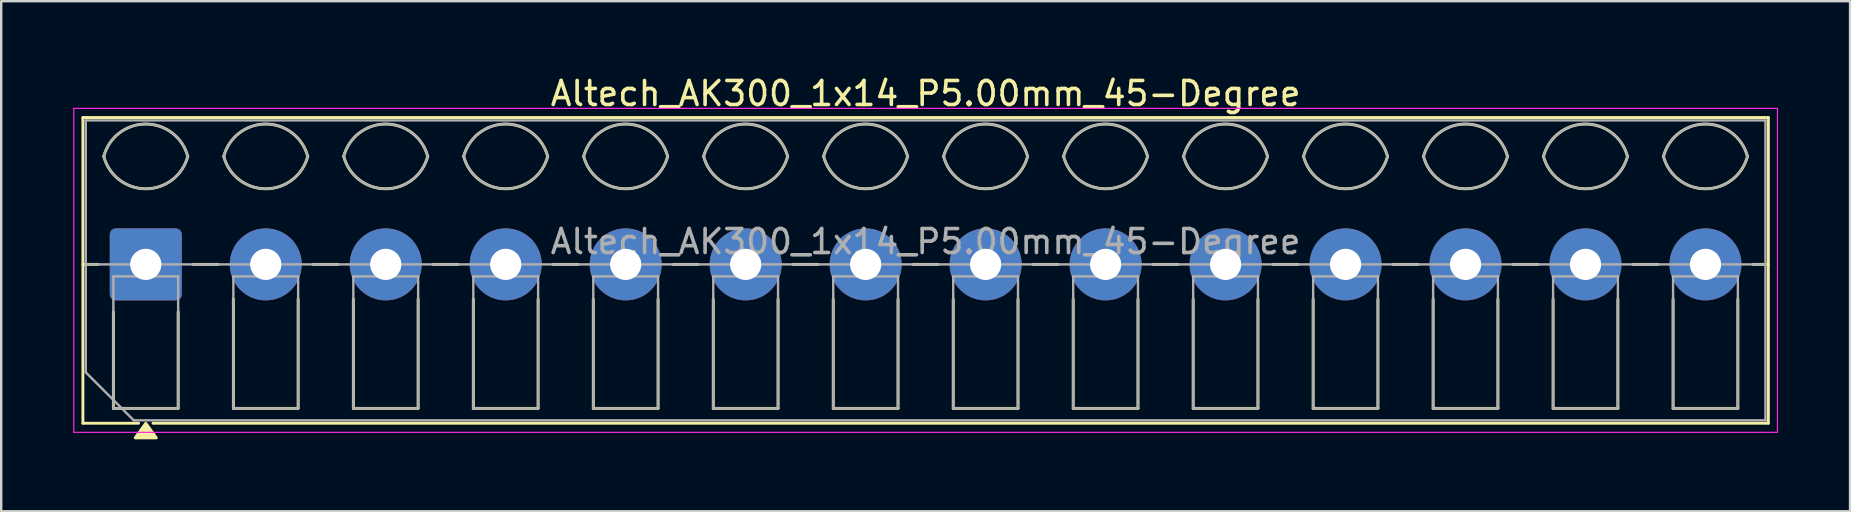
<source format=kicad_pcb>
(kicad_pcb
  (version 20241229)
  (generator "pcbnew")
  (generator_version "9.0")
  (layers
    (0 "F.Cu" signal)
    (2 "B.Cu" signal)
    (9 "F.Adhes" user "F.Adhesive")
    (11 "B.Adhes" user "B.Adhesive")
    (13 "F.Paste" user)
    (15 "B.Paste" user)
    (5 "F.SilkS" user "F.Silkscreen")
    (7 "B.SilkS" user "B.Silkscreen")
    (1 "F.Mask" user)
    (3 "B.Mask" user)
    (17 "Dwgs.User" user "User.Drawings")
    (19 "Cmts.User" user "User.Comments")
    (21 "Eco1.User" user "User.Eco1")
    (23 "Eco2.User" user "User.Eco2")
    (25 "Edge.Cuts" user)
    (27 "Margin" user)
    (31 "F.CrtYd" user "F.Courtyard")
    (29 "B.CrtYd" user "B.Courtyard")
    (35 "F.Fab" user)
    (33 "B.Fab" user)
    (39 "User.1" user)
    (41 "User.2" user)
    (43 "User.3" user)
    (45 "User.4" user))
  (footprint "Altech_AK300_1x14_P5.00mm_45-Degree"
    (layer "F.Cu")
    (at 3.025 7.968)
    (property "Reference" "Altech_AK300_1x14_P5.00mm_45-Degree" (at 32.5 -7.12 0) (layer "F.SilkS") (effects (font (size 1 1) (thickness 0.15))))
    (attr through_hole)
    (fp_line (start -2.62 -6.12) (end 67.62 -6.12) (stroke (width 0.12) (type solid)) (layer "F.SilkS"))
    (fp_line (start -2.62 0) (end -1.98 0) (stroke (width 0.12) (type solid)) (layer "F.SilkS"))
    (fp_line (start -2.62 6.62) (end -2.62 -6.12) (stroke (width 0.12) (type solid)) (layer "F.SilkS"))
    (fp_line (start -1.35 6) (end -1.35 1.98) (stroke (width 0.12) (type solid)) (layer "F.SilkS"))
    (fp_line (start -0.3 6.62) (end -2.62 6.62) (stroke (width 0.12) (type solid)) (layer "F.SilkS"))
    (fp_line (start 1.35 1.98) (end 1.35 6) (stroke (width 0.12) (type solid)) (layer "F.SilkS"))
    (fp_line (start 1.35 6) (end -1.35 6) (stroke (width 0.12) (type solid)) (layer "F.SilkS"))
    (fp_line (start 1.98 0) (end 3.02 0) (stroke (width 0.12) (type solid)) (layer "F.SilkS"))
    (fp_line (start 3.65 6) (end 3.65 1.448) (stroke (width 0.12) (type solid)) (layer "F.SilkS"))
    (fp_line (start 6.35 1.448) (end 6.35 6) (stroke (width 0.12) (type solid)) (layer "F.SilkS"))
    (fp_line (start 6.35 6) (end 3.65 6) (stroke (width 0.12) (type solid)) (layer "F.SilkS"))
    (fp_line (start 6.98 0) (end 8.02 0) (stroke (width 0.12) (type solid)) (layer "F.SilkS"))
    (fp_line (start 8.65 6) (end 8.65 1.448) (stroke (width 0.12) (type solid)) (layer "F.SilkS"))
    (fp_line (start 11.35 1.448) (end 11.35 6) (stroke (width 0.12) (type solid)) (layer "F.SilkS"))
    (fp_line (start 11.35 6) (end 8.65 6) (stroke (width 0.12) (type solid)) (layer "F.SilkS"))
    (fp_line (start 11.98 0) (end 13.02 0) (stroke (width 0.12) (type solid)) (layer "F.SilkS"))
    (fp_line (start 13.65 6) (end 13.65 1.448) (stroke (width 0.12) (type solid)) (layer "F.SilkS"))
    (fp_line (start 16.35 1.448) (end 16.35 6) (stroke (width 0.12) (type solid)) (layer "F.SilkS"))
    (fp_line (start 16.35 6) (end 13.65 6) (stroke (width 0.12) (type solid)) (layer "F.SilkS"))
    (fp_line (start 16.98 0) (end 18.02 0) (stroke (width 0.12) (type solid)) (layer "F.SilkS"))
    (fp_line (start 18.65 6) (end 18.65 1.448) (stroke (width 0.12) (type solid)) (layer "F.SilkS"))
    (fp_line (start 21.35 1.448) (end 21.35 6) (stroke (width 0.12) (type solid)) (layer "F.SilkS"))
    (fp_line (start 21.35 6) (end 18.65 6) (stroke (width 0.12) (type solid)) (layer "F.SilkS"))
    (fp_line (start 21.98 0) (end 23.02 0) (stroke (width 0.12) (type solid)) (layer "F.SilkS"))
    (fp_line (start 23.65 6) (end 23.65 1.448) (stroke (width 0.12) (type solid)) (layer "F.SilkS"))
    (fp_line (start 26.35 1.448) (end 26.35 6) (stroke (width 0.12) (type solid)) (layer "F.SilkS"))
    (fp_line (start 26.35 6) (end 23.65 6) (stroke (width 0.12) (type solid)) (layer "F.SilkS"))
    (fp_line (start 26.98 0) (end 28.02 0) (stroke (width 0.12) (type solid)) (layer "F.SilkS"))
    (fp_line (start 28.65 6) (end 28.65 1.448) (stroke (width 0.12) (type solid)) (layer "F.SilkS"))
    (fp_line (start 31.35 1.448) (end 31.35 6) (stroke (width 0.12) (type solid)) (layer "F.SilkS"))
    (fp_line (start 31.35 6) (end 28.65 6) (stroke (width 0.12) (type solid)) (layer "F.SilkS"))
    (fp_line (start 31.98 0) (end 33.02 0) (stroke (width 0.12) (type solid)) (layer "F.SilkS"))
    (fp_line (start 33.65 6) (end 33.65 1.448) (stroke (width 0.12) (type solid)) (layer "F.SilkS"))
    (fp_line (start 36.35 1.448) (end 36.35 6) (stroke (width 0.12) (type solid)) (layer "F.SilkS"))
    (fp_line (start 36.35 6) (end 33.65 6) (stroke (width 0.12) (type solid)) (layer "F.SilkS"))
    (fp_line (start 36.98 0) (end 38.02 0) (stroke (width 0.12) (type solid)) (layer "F.SilkS"))
    (fp_line (start 38.65 6) (end 38.65 1.448) (stroke (width 0.12) (type solid)) (layer "F.SilkS"))
    (fp_line (start 41.35 1.448) (end 41.35 6) (stroke (width 0.12) (type solid)) (layer "F.SilkS"))
    (fp_line (start 41.35 6) (end 38.65 6) (stroke (width 0.12) (type solid)) (layer "F.SilkS"))
    (fp_line (start 41.98 0) (end 43.02 0) (stroke (width 0.12) (type solid)) (layer "F.SilkS"))
    (fp_line (start 43.65 6) (end 43.65 1.448) (stroke (width 0.12) (type solid)) (layer "F.SilkS"))
    (fp_line (start 46.35 1.448) (end 46.35 6) (stroke (width 0.12) (type solid)) (layer "F.SilkS"))
    (fp_line (start 46.35 6) (end 43.65 6) (stroke (width 0.12) (type solid)) (layer "F.SilkS"))
    (fp_line (start 46.98 0) (end 48.02 0) (stroke (width 0.12) (type solid)) (layer "F.SilkS"))
    (fp_line (start 48.65 6) (end 48.65 1.448) (stroke (width 0.12) (type solid)) (layer "F.SilkS"))
    (fp_line (start 51.35 1.448) (end 51.35 6) (stroke (width 0.12) (type solid)) (layer "F.SilkS"))
    (fp_line (start 51.35 6) (end 48.65 6) (stroke (width 0.12) (type solid)) (layer "F.SilkS"))
    (fp_line (start 51.98 0) (end 53.02 0) (stroke (width 0.12) (type solid)) (layer "F.SilkS"))
    (fp_line (start 53.65 6) (end 53.65 1.448) (stroke (width 0.12) (type solid)) (layer "F.SilkS"))
    (fp_line (start 56.35 1.448) (end 56.35 6) (stroke (width 0.12) (type solid)) (layer "F.SilkS"))
    (fp_line (start 56.35 6) (end 53.65 6) (stroke (width 0.12) (type solid)) (layer "F.SilkS"))
    (fp_line (start 56.98 0) (end 58.02 0) (stroke (width 0.12) (type solid)) (layer "F.SilkS"))
    (fp_line (start 58.65 6) (end 58.65 1.448) (stroke (width 0.12) (type solid)) (layer "F.SilkS"))
    (fp_line (start 61.35 1.448) (end 61.35 6) (stroke (width 0.12) (type solid)) (layer "F.SilkS"))
    (fp_line (start 61.35 6) (end 58.65 6) (stroke (width 0.12) (type solid)) (layer "F.SilkS"))
    (fp_line (start 61.98 0) (end 63.02 0) (stroke (width 0.12) (type solid)) (layer "F.SilkS"))
    (fp_line (start 63.65 6) (end 63.65 1.448) (stroke (width 0.12) (type solid)) (layer "F.SilkS"))
    (fp_line (start 66.35 1.448) (end 66.35 6) (stroke (width 0.12) (type solid)) (layer "F.SilkS"))
    (fp_line (start 66.35 6) (end 63.65 6) (stroke (width 0.12) (type solid)) (layer "F.SilkS"))
    (fp_line (start 66.98 0) (end 67.62 0) (stroke (width 0.12) (type solid)) (layer "F.SilkS"))
    (fp_line (start 67.62 -6.12) (end 67.62 6.62) (stroke (width 0.12) (type solid)) (layer "F.SilkS"))
    (fp_line (start 67.62 6.62) (end 0.3 6.62) (stroke (width 0.12) (type solid)) (layer "F.SilkS"))
    (fp_arc (start -1.75 -4.5) (mid 0 -5.85) (end 1.75 -4.5) (stroke (width 0.12) (type solid)) (layer "F.SilkS"))
    (fp_arc (start 1.75 -4.5) (mid 0 -3.15) (end -1.75 -4.5) (stroke (width 0.12) (type solid)) (layer "F.SilkS"))
    (fp_arc (start 3.25 -4.5) (mid 5 -5.85) (end 6.75 -4.5) (stroke (width 0.12) (type solid)) (layer "F.SilkS"))
    (fp_arc (start 6.75 -4.5) (mid 5 -3.15) (end 3.25 -4.5) (stroke (width 0.12) (type solid)) (layer "F.SilkS"))
    (fp_arc (start 8.25 -4.5) (mid 10 -5.85) (end 11.75 -4.5) (stroke (width 0.12) (type solid)) (layer "F.SilkS"))
    (fp_arc (start 11.75 -4.5) (mid 10 -3.15) (end 8.25 -4.5) (stroke (width 0.12) (type solid)) (layer "F.SilkS"))
    (fp_arc (start 13.25 -4.5) (mid 15 -5.85) (end 16.75 -4.5) (stroke (width 0.12) (type solid)) (layer "F.SilkS"))
    (fp_arc (start 16.75 -4.5) (mid 15 -3.15) (end 13.25 -4.5) (stroke (width 0.12) (type solid)) (layer "F.SilkS"))
    (fp_arc (start 18.25 -4.5) (mid 20 -5.85) (end 21.75 -4.5) (stroke (width 0.12) (type solid)) (layer "F.SilkS"))
    (fp_arc (start 21.75 -4.5) (mid 20 -3.15) (end 18.25 -4.5) (stroke (width 0.12) (type solid)) (layer "F.SilkS"))
    (fp_arc (start 23.25 -4.5) (mid 25 -5.85) (end 26.75 -4.5) (stroke (width 0.12) (type solid)) (layer "F.SilkS"))
    (fp_arc (start 26.75 -4.5) (mid 25 -3.15) (end 23.25 -4.5) (stroke (width 0.12) (type solid)) (layer "F.SilkS"))
    (fp_arc (start 28.25 -4.5) (mid 30 -5.85) (end 31.75 -4.5) (stroke (width 0.12) (type solid)) (layer "F.SilkS"))
    (fp_arc (start 31.75 -4.5) (mid 30 -3.15) (end 28.25 -4.5) (stroke (width 0.12) (type solid)) (layer "F.SilkS"))
    (fp_arc (start 33.25 -4.5) (mid 35 -5.85) (end 36.75 -4.5) (stroke (width 0.12) (type solid)) (layer "F.SilkS"))
    (fp_arc (start 36.75 -4.5) (mid 35 -3.15) (end 33.25 -4.5) (stroke (width 0.12) (type solid)) (layer "F.SilkS"))
    (fp_arc (start 38.25 -4.5) (mid 40 -5.85) (end 41.75 -4.5) (stroke (width 0.12) (type solid)) (layer "F.SilkS"))
    (fp_arc (start 41.75 -4.5) (mid 40 -3.15) (end 38.25 -4.5) (stroke (width 0.12) (type solid)) (layer "F.SilkS"))
    (fp_arc (start 43.25 -4.5) (mid 45 -5.85) (end 46.75 -4.5) (stroke (width 0.12) (type solid)) (layer "F.SilkS"))
    (fp_arc (start 46.75 -4.5) (mid 45 -3.15) (end 43.25 -4.5) (stroke (width 0.12) (type solid)) (layer "F.SilkS"))
    (fp_arc (start 48.25 -4.5) (mid 50 -5.85) (end 51.75 -4.5) (stroke (width 0.12) (type solid)) (layer "F.SilkS"))
    (fp_arc (start 51.75 -4.5) (mid 50 -3.15) (end 48.25 -4.5) (stroke (width 0.12) (type solid)) (layer "F.SilkS"))
    (fp_arc (start 53.25 -4.5) (mid 55 -5.85) (end 56.75 -4.5) (stroke (width 0.12) (type solid)) (layer "F.SilkS"))
    (fp_arc (start 56.75 -4.5) (mid 55 -3.15) (end 53.25 -4.5) (stroke (width 0.12) (type solid)) (layer "F.SilkS"))
    (fp_arc (start 58.25 -4.5) (mid 60 -5.85) (end 61.75 -4.5) (stroke (width 0.12) (type solid)) (layer "F.SilkS"))
    (fp_arc (start 61.75 -4.5) (mid 60 -3.15) (end 58.25 -4.5) (stroke (width 0.12) (type solid)) (layer "F.SilkS"))
    (fp_arc (start 63.25 -4.5) (mid 65 -5.85) (end 66.75 -4.5) (stroke (width 0.12) (type solid)) (layer "F.SilkS"))
    (fp_arc (start 66.75 -4.5) (mid 65 -3.15) (end 63.25 -4.5) (stroke (width 0.12) (type solid)) (layer "F.SilkS"))
    (fp_poly (pts (xy 0 6.62) (xy 0.44 7.23) (xy -0.44 7.23)) (stroke (width 0.12) (type solid)) (fill yes) (layer "F.SilkS"))
    (fp_line (start -3 -6.5) (end -3 7) (stroke (width 0.05) (type solid)) (layer "F.CrtYd"))
    (fp_line (start -3 7) (end 68 7) (stroke (width 0.05) (type solid)) (layer "F.CrtYd"))
    (fp_line (start 68 -6.5) (end -3 -6.5) (stroke (width 0.05) (type solid)) (layer "F.CrtYd"))
    (fp_line (start 68 7) (end 68 -6.5) (stroke (width 0.05) (type solid)) (layer "F.CrtYd"))
    (fp_line (start -2.5 -6) (end 67.5 -6) (stroke (width 0.1) (type solid)) (layer "F.Fab"))
    (fp_line (start -2.5 0) (end 67.5 0) (stroke (width 0.1) (type solid)) (layer "F.Fab"))
    (fp_line (start -2.5 4.5) (end -2.5 -6) (stroke (width 0.1) (type solid)) (layer "F.Fab"))
    (fp_line (start -1.35 0.5) (end -1.35 6) (stroke (width 0.1) (type solid)) (layer "F.Fab"))
    (fp_line (start -1.35 6) (end 1.35 6) (stroke (width 0.1) (type solid)) (layer "F.Fab"))
    (fp_line (start -0.5 6.5) (end -2.5 4.5) (stroke (width 0.1) (type solid)) (layer "F.Fab"))
    (fp_line (start 1.35 0.5) (end -1.35 0.5) (stroke (width 0.1) (type solid)) (layer "F.Fab"))
    (fp_line (start 1.35 6) (end 1.35 0.5) (stroke (width 0.1) (type solid)) (layer "F.Fab"))
    (fp_line (start 3.65 0.5) (end 3.65 6) (stroke (width 0.1) (type solid)) (layer "F.Fab"))
    (fp_line (start 3.65 6) (end 6.35 6) (stroke (width 0.1) (type solid)) (layer "F.Fab"))
    (fp_line (start 6.35 0.5) (end 3.65 0.5) (stroke (width 0.1) (type solid)) (layer "F.Fab"))
    (fp_line (start 6.35 6) (end 6.35 0.5) (stroke (width 0.1) (type solid)) (layer "F.Fab"))
    (fp_line (start 8.65 0.5) (end 8.65 6) (stroke (width 0.1) (type solid)) (layer "F.Fab"))
    (fp_line (start 8.65 6) (end 11.351 6) (stroke (width 0.1) (type solid)) (layer "F.Fab"))
    (fp_line (start 11.351 0.5) (end 8.65 0.5) (stroke (width 0.1) (type solid)) (layer "F.Fab"))
    (fp_line (start 11.351 6) (end 11.351 0.5) (stroke (width 0.1) (type solid)) (layer "F.Fab"))
    (fp_line (start 13.65 0.5) (end 13.65 6) (stroke (width 0.1) (type solid)) (layer "F.Fab"))
    (fp_line (start 13.65 6) (end 16.351 6) (stroke (width 0.1) (type solid)) (layer "F.Fab"))
    (fp_line (start 16.351 0.5) (end 13.65 0.5) (stroke (width 0.1) (type solid)) (layer "F.Fab"))
    (fp_line (start 16.351 6) (end 16.351 0.5) (stroke (width 0.1) (type solid)) (layer "F.Fab"))
    (fp_line (start 18.65 0.5) (end 18.65 6) (stroke (width 0.1) (type solid)) (layer "F.Fab"))
    (fp_line (start 18.65 6) (end 21.35 6) (stroke (width 0.1) (type solid)) (layer "F.Fab"))
    (fp_line (start 21.35 0.5) (end 18.65 0.5) (stroke (width 0.1) (type solid)) (layer "F.Fab"))
    (fp_line (start 21.35 6) (end 21.35 0.5) (stroke (width 0.1) (type solid)) (layer "F.Fab"))
    (fp_line (start 23.65 0.5) (end 23.65 6) (stroke (width 0.1) (type solid)) (layer "F.Fab"))
    (fp_line (start 23.65 6) (end 26.35 6) (stroke (width 0.1) (type solid)) (layer "F.Fab"))
    (fp_line (start 26.35 0.5) (end 23.65 0.5) (stroke (width 0.1) (type solid)) (layer "F.Fab"))
    (fp_line (start 26.35 6) (end 26.35 0.5) (stroke (width 0.1) (type solid)) (layer "F.Fab"))
    (fp_line (start 28.65 0.5) (end 28.65 6) (stroke (width 0.1) (type solid)) (layer "F.Fab"))
    (fp_line (start 28.65 6) (end 31.35 6) (stroke (width 0.1) (type solid)) (layer "F.Fab"))
    (fp_line (start 31.35 0.5) (end 28.65 0.5) (stroke (width 0.1) (type solid)) (layer "F.Fab"))
    (fp_line (start 31.35 6) (end 31.35 0.5) (stroke (width 0.1) (type solid)) (layer "F.Fab"))
    (fp_line (start 33.65 0.5) (end 33.65 6) (stroke (width 0.1) (type solid)) (layer "F.Fab"))
    (fp_line (start 33.65 6) (end 36.35 6) (stroke (width 0.1) (type solid)) (layer "F.Fab"))
    (fp_line (start 36.35 0.5) (end 33.65 0.5) (stroke (width 0.1) (type solid)) (layer "F.Fab"))
    (fp_line (start 36.35 6) (end 36.35 0.5) (stroke (width 0.1) (type solid)) (layer "F.Fab"))
    (fp_line (start 38.65 0.5) (end 38.65 6) (stroke (width 0.1) (type solid)) (layer "F.Fab"))
    (fp_line (start 38.65 6) (end 41.35 6) (stroke (width 0.1) (type solid)) (layer "F.Fab"))
    (fp_line (start 41.35 0.5) (end 38.65 0.5) (stroke (width 0.1) (type solid)) (layer "F.Fab"))
    (fp_line (start 41.35 6) (end 41.35 0.5) (stroke (width 0.1) (type solid)) (layer "F.Fab"))
    (fp_line (start 43.65 0.5) (end 43.65 6) (stroke (width 0.1) (type solid)) (layer "F.Fab"))
    (fp_line (start 43.65 6) (end 46.35 6) (stroke (width 0.1) (type solid)) (layer "F.Fab"))
    (fp_line (start 46.35 0.5) (end 43.65 0.5) (stroke (width 0.1) (type solid)) (layer "F.Fab"))
    (fp_line (start 46.35 6) (end 46.35 0.5) (stroke (width 0.1) (type solid)) (layer "F.Fab"))
    (fp_line (start 48.65 0.5) (end 48.65 6) (stroke (width 0.1) (type solid)) (layer "F.Fab"))
    (fp_line (start 48.65 6) (end 51.35 6) (stroke (width 0.1) (type solid)) (layer "F.Fab"))
    (fp_line (start 51.35 0.5) (end 48.65 0.5) (stroke (width 0.1) (type solid)) (layer "F.Fab"))
    (fp_line (start 51.35 6) (end 51.35 0.5) (stroke (width 0.1) (type solid)) (layer "F.Fab"))
    (fp_line (start 53.65 0.5) (end 53.65 6) (stroke (width 0.1) (type solid)) (layer "F.Fab"))
    (fp_line (start 53.65 6) (end 56.35 6) (stroke (width 0.1) (type solid)) (layer "F.Fab"))
    (fp_line (start 56.35 0.5) (end 53.65 0.5) (stroke (width 0.1) (type solid)) (layer "F.Fab"))
    (fp_line (start 56.35 6) (end 56.35 0.5) (stroke (width 0.1) (type solid)) (layer "F.Fab"))
    (fp_line (start 58.65 0.5) (end 58.65 6) (stroke (width 0.1) (type solid)) (layer "F.Fab"))
    (fp_line (start 58.65 6) (end 61.35 6) (stroke (width 0.1) (type solid)) (layer "F.Fab"))
    (fp_line (start 61.35 0.5) (end 58.65 0.5) (stroke (width 0.1) (type solid)) (layer "F.Fab"))
    (fp_line (start 61.35 6) (end 61.35 0.5) (stroke (width 0.1) (type solid)) (layer "F.Fab"))
    (fp_line (start 63.65 0.5) (end 63.65 6) (stroke (width 0.1) (type solid)) (layer "F.Fab"))
    (fp_line (start 63.65 6) (end 66.35 6) (stroke (width 0.1) (type solid)) (layer "F.Fab"))
    (fp_line (start 66.35 0.5) (end 63.65 0.5) (stroke (width 0.1) (type solid)) (layer "F.Fab"))
    (fp_line (start 66.35 6) (end 66.35 0.5) (stroke (width 0.1) (type solid)) (layer "F.Fab"))
    (fp_line (start 67.5 -6) (end 67.5 6.5) (stroke (width 0.1) (type solid)) (layer "F.Fab"))
    (fp_line (start 67.5 6.5) (end -0.5 6.5) (stroke (width 0.1) (type solid)) (layer "F.Fab"))
    (fp_arc (start -1.75 -4.5) (mid 0 -5.85) (end 1.75 -4.5) (stroke (width 0.1) (type solid)) (layer "F.Fab"))
    (fp_arc (start 1.75 -4.5) (mid 0 -3.15) (end -1.75 -4.5) (stroke (width 0.1) (type solid)) (layer "F.Fab"))
    (fp_arc (start 3.25 -4.5) (mid 5 -5.85) (end 6.75 -4.5) (stroke (width 0.1) (type solid)) (layer "F.Fab"))
    (fp_arc (start 6.75 -4.5) (mid 5 -3.15) (end 3.25 -4.5) (stroke (width 0.1) (type solid)) (layer "F.Fab"))
    (fp_arc (start 8.25 -4.5) (mid 10 -5.85) (end 11.75 -4.5) (stroke (width 0.1) (type solid)) (layer "F.Fab"))
    (fp_arc (start 11.75 -4.5) (mid 10 -3.15) (end 8.25 -4.5) (stroke (width 0.1) (type solid)) (layer "F.Fab"))
    (fp_arc (start 13.25 -4.5) (mid 15 -5.85) (end 16.75 -4.5) (stroke (width 0.1) (type solid)) (layer "F.Fab"))
    (fp_arc (start 16.75 -4.5) (mid 15 -3.15) (end 13.25 -4.5) (stroke (width 0.1) (type solid)) (layer "F.Fab"))
    (fp_arc (start 18.25 -4.5) (mid 20 -5.85) (end 21.75 -4.5) (stroke (width 0.1) (type solid)) (layer "F.Fab"))
    (fp_arc (start 21.75 -4.5) (mid 20 -3.15) (end 18.25 -4.5) (stroke (width 0.1) (type solid)) (layer "F.Fab"))
    (fp_arc (start 23.25 -4.5) (mid 25 -5.85) (end 26.75 -4.5) (stroke (width 0.1) (type solid)) (layer "F.Fab"))
    (fp_arc (start 26.75 -4.5) (mid 25 -3.15) (end 23.25 -4.5) (stroke (width 0.1) (type solid)) (layer "F.Fab"))
    (fp_arc (start 28.25 -4.5) (mid 30 -5.85) (end 31.75 -4.5) (stroke (width 0.1) (type solid)) (layer "F.Fab"))
    (fp_arc (start 31.75 -4.5) (mid 30 -3.15) (end 28.25 -4.5) (stroke (width 0.1) (type solid)) (layer "F.Fab"))
    (fp_arc (start 33.25 -4.5) (mid 35 -5.85) (end 36.75 -4.5) (stroke (width 0.1) (type solid)) (layer "F.Fab"))
    (fp_arc (start 36.75 -4.5) (mid 35 -3.15) (end 33.25 -4.5) (stroke (width 0.1) (type solid)) (layer "F.Fab"))
    (fp_arc (start 38.25 -4.5) (mid 40 -5.85) (end 41.75 -4.5) (stroke (width 0.1) (type solid)) (layer "F.Fab"))
    (fp_arc (start 41.75 -4.5) (mid 40 -3.15) (end 38.25 -4.5) (stroke (width 0.1) (type solid)) (layer "F.Fab"))
    (fp_arc (start 43.25 -4.5) (mid 45 -5.85) (end 46.75 -4.5) (stroke (width 0.1) (type solid)) (layer "F.Fab"))
    (fp_arc (start 46.75 -4.5) (mid 45 -3.15) (end 43.25 -4.5) (stroke (width 0.1) (type solid)) (layer "F.Fab"))
    (fp_arc (start 48.25 -4.5) (mid 50 -5.85) (end 51.75 -4.5) (stroke (width 0.1) (type solid)) (layer "F.Fab"))
    (fp_arc (start 51.75 -4.5) (mid 50 -3.15) (end 48.25 -4.5) (stroke (width 0.1) (type solid)) (layer "F.Fab"))
    (fp_arc (start 53.25 -4.5) (mid 55 -5.85) (end 56.75 -4.5) (stroke (width 0.1) (type solid)) (layer "F.Fab"))
    (fp_arc (start 56.75 -4.5) (mid 55 -3.15) (end 53.25 -4.5) (stroke (width 0.1) (type solid)) (layer "F.Fab"))
    (fp_arc (start 58.25 -4.5) (mid 60 -5.85) (end 61.75 -4.5) (stroke (width 0.1) (type solid)) (layer "F.Fab"))
    (fp_arc (start 61.75 -4.5) (mid 60 -3.15) (end 58.25 -4.5) (stroke (width 0.1) (type solid)) (layer "F.Fab"))
    (fp_arc (start 63.25 -4.5) (mid 65 -5.85) (end 66.75 -4.5) (stroke (width 0.1) (type solid)) (layer "F.Fab"))
    (fp_arc (start 66.75 -4.5) (mid 65 -3.15) (end 63.25 -4.5) (stroke (width 0.1) (type solid)) (layer "F.Fab"))
    (fp_text user "${REFERENCE}" (at 32.5 -0.95 0) (layer "F.Fab") (effects (font (size 1 1) (thickness 0.15))))
    (pad "1" thru_hole roundrect (at 0 0) (size 3 3) (drill 1.3) (layers "*.Cu" "*.Mask") (roundrect_rratio 0.083))
    (pad "2" thru_hole circle (at 5 0) (size 3 3) (drill 1.3) (layers "*.Cu" "*.Mask"))
    (pad "3" thru_hole circle (at 10 0) (size 3 3) (drill 1.3) (layers "*.Cu" "*.Mask"))
    (pad "4" thru_hole circle (at 15 0) (size 3 3) (drill 1.3) (layers "*.Cu" "*.Mask"))
    (pad "5" thru_hole circle (at 20 0) (size 3 3) (drill 1.3) (layers "*.Cu" "*.Mask"))
    (pad "6" thru_hole circle (at 25 0) (size 3 3) (drill 1.3) (layers "*.Cu" "*.Mask"))
    (pad "7" thru_hole circle (at 30 0) (size 3 3) (drill 1.3) (layers "*.Cu" "*.Mask"))
    (pad "8" thru_hole circle (at 35 0) (size 3 3) (drill 1.3) (layers "*.Cu" "*.Mask"))
    (pad "9" thru_hole circle (at 40 0) (size 3 3) (drill 1.3) (layers "*.Cu" "*.Mask"))
    (pad "10" thru_hole circle (at 45 0) (size 3 3) (drill 1.3) (layers "*.Cu" "*.Mask"))
    (pad "11" thru_hole circle (at 50 0) (size 3 3) (drill 1.3) (layers "*.Cu" "*.Mask"))
    (pad "12" thru_hole circle (at 55 0) (size 3 3) (drill 1.3) (layers "*.Cu" "*.Mask"))
    (pad "13" thru_hole circle (at 60 0) (size 3 3) (drill 1.3) (layers "*.Cu" "*.Mask"))
    (pad "14" thru_hole circle (at 65 0) (size 3 3) (drill 1.3) (layers "*.Cu" "*.Mask")))
  (gr_rect
    (start -3 -3)
    (end 74.05 18.258)
    (stroke (width 0.1) (type default))
    (fill no)
    (layer "Edge.Cuts")))
</source>
